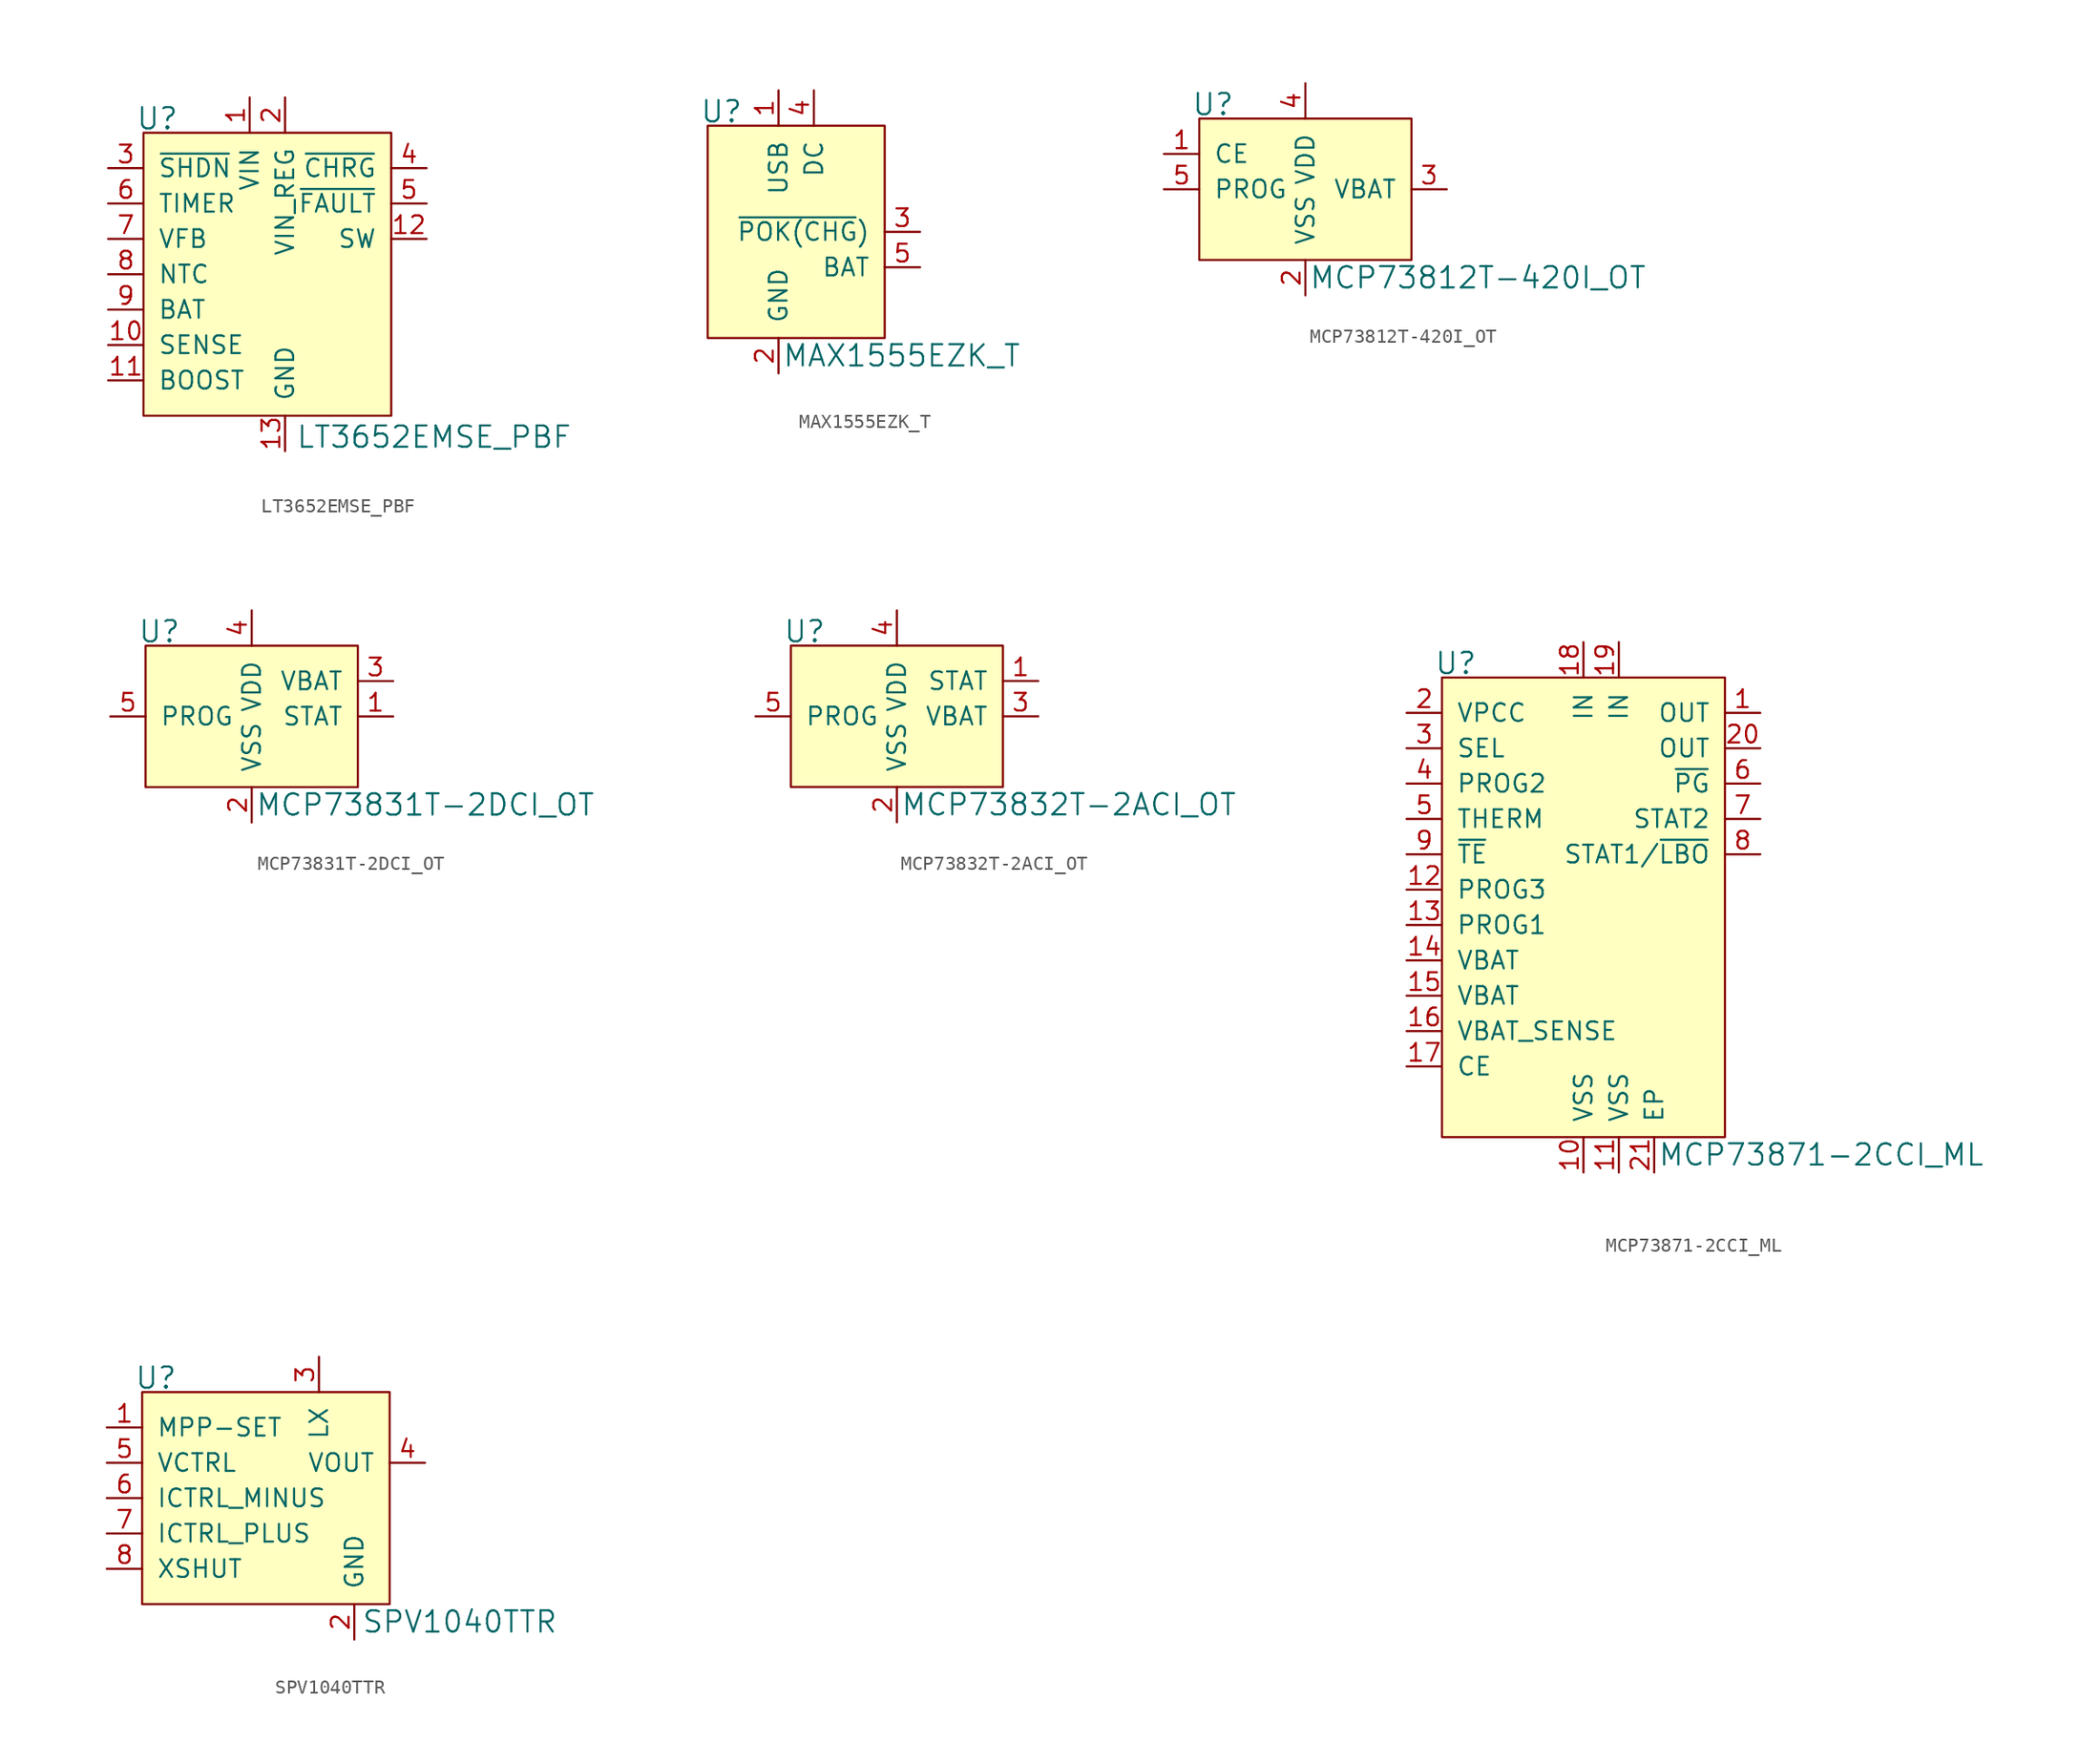
<source format=kicad_sym>
(kicad_symbol_lib
  (version 20201005)
  (generator kicad_symbol_editor)
  (symbol "LT3652EMSE_PBF"
    (pin_names
      (offset 1.016))
    (property "Reference" "U"
      (at -7.62 6.096 0)
      (effects (font (size 1.524 1.524)) (justify right)))
    (property "Value" "LT3652EMSE_PBF"
      (at 0.762 -16.764 0)
      (effects (font (size 1.524 1.524)) (justify left)))
    (symbol "LT3652EMSE_PBF_0_1"
      (rectangle (start -10.16 5.08) (end 7.62 -15.24) (stroke (width 0)) (fill (type background))))
    (symbol "LT3652EMSE_PBF_1_1"
      (pin power_in line (at -2.54 7.62 270) (length 2.54) (name "VIN" (effects (font (size 1.27 1.27)))) (number "1" (effects (font (size 1.27 1.27)))))
      (pin power_in line (at 0 7.62 270) (length 2.54) (name "VIN_REG" (effects (font (size 1.27 1.27)))) (number "2" (effects (font (size 1.27 1.27)))))
      (pin input line (at -12.7 2.54 0) (length 2.54) (name "~SHDN" (effects (font (size 1.27 1.27)))) (number "3" (effects (font (size 1.27 1.27)))))
      (pin output line (at 10.16 2.54 180) (length 2.54) (name "~CHRG" (effects (font (size 1.27 1.27)))) (number "4" (effects (font (size 1.27 1.27)))))
      (pin output line (at 10.16 0 180) (length 2.54) (name "~FAULT" (effects (font (size 1.27 1.27)))) (number "5" (effects (font (size 1.27 1.27)))))
      (pin input line (at -12.7 0 0) (length 2.54) (name "TIMER" (effects (font (size 1.27 1.27)))) (number "6" (effects (font (size 1.27 1.27)))))
      (pin input line (at -12.7 -2.54 0) (length 2.54) (name "VFB" (effects (font (size 1.27 1.27)))) (number "7" (effects (font (size 1.27 1.27)))))
      (pin input line (at -12.7 -5.08 0) (length 2.54) (name "NTC" (effects (font (size 1.27 1.27)))) (number "8" (effects (font (size 1.27 1.27)))))
      (pin input line (at -12.7 -7.62 0) (length 2.54) (name "BAT" (effects (font (size 1.27 1.27)))) (number "9" (effects (font (size 1.27 1.27)))))
      (pin input line (at -12.7 -10.16 0) (length 2.54) (name "SENSE" (effects (font (size 1.27 1.27)))) (number "10" (effects (font (size 1.27 1.27)))))
      (pin input line (at -12.7 -12.7 0) (length 2.54) (name "BOOST" (effects (font (size 1.27 1.27)))) (number "11" (effects (font (size 1.27 1.27)))))
      (pin output line (at 10.16 -2.54 180) (length 2.54) (name "SW" (effects (font (size 1.27 1.27)))) (number "12" (effects (font (size 1.27 1.27)))))
      (pin power_in line (at 0 -17.78 90) (length 2.54) (name "GND" (effects (font (size 1.27 1.27)))) (number "13" (effects (font (size 1.27 1.27)))))))
  (symbol "MAX1555EZK_T"
    (pin_names
      (offset 1.016))
    (property "Reference" "U"
      (at -5.08 8.636 0)
      (effects (font (size 1.524 1.524)) (justify right)))
    (property "Value" "MAX1555EZK_T"
      (at -2.286 -8.89 0)
      (effects (font (size 1.524 1.524)) (justify left)))
    (symbol "MAX1555EZK_T_0_1"
      (rectangle (start 5.08 7.62) (end -7.62 -7.62) (stroke (width 0)) (fill (type background))))
    (symbol "MAX1555EZK_T_1_1"
      (pin power_in line (at -2.54 10.16 270) (length 2.54) (name "USB" (effects (font (size 1.27 1.27)))) (number "1" (effects (font (size 1.27 1.27)))))
      (pin power_in line (at -2.54 -10.16 90) (length 2.54) (name "GND" (effects (font (size 1.27 1.27)))) (number "2" (effects (font (size 1.27 1.27)))))
      (pin output line (at 7.62 0 180) (length 2.54) (name "~POK(CHG)" (effects (font (size 1.27 1.27)))) (number "3" (effects (font (size 1.27 1.27)))))
      (pin power_in line (at 0 10.16 270) (length 2.54) (name "DC" (effects (font (size 1.27 1.27)))) (number "4" (effects (font (size 1.27 1.27)))))
      (pin power_out line (at 7.62 -2.54 180) (length 2.54) (name "BAT" (effects (font (size 1.27 1.27)))) (number "5" (effects (font (size 1.27 1.27)))))))
  (symbol "MCP73812T-420I_OT"
    (pin_names
      (offset 1.016))
    (property "Reference" "U"
      (at -5.08 1.016 0)
      (effects (font (size 1.524 1.524)) (justify right)))
    (property "Value" "MCP73812T-420I_OT"
      (at 0.254 -11.43 0)
      (effects (font (size 1.524 1.524)) (justify left)))
    (symbol "MCP73812T-420I_OT_0_1"
      (rectangle (start -7.62 0) (end 7.62 -10.16) (stroke (width 0)) (fill (type background))))
    (symbol "MCP73812T-420I_OT_1_1"
      (pin input line (at -10.16 -2.54 0) (length 2.54) (name "CE" (effects (font (size 1.27 1.27)))) (number "1" (effects (font (size 1.27 1.27)))))
      (pin power_in line (at 0 -12.7 90) (length 2.54) (name "VSS" (effects (font (size 1.27 1.27)))) (number "2" (effects (font (size 1.27 1.27)))))
      (pin power_out line (at 10.16 -5.08 180) (length 2.54) (name "VBAT" (effects (font (size 1.27 1.27)))) (number "3" (effects (font (size 1.27 1.27)))))
      (pin power_in line (at 0 2.54 270) (length 2.54) (name "VDD" (effects (font (size 1.27 1.27)))) (number "4" (effects (font (size 1.27 1.27)))))
      (pin input line (at -10.16 -5.08 0) (length 2.54) (name "PROG" (effects (font (size 1.27 1.27)))) (number "5" (effects (font (size 1.27 1.27)))))))
  (symbol "MCP73831T-2DCI_OT"
    (pin_names
      (offset 1.016))
    (property "Reference" "U"
      (at -5.08 3.556 0)
      (effects (font (size 1.524 1.524)) (justify right)))
    (property "Value" "MCP73831T-2DCI_OT"
      (at 0.254 -8.89 0)
      (effects (font (size 1.524 1.524)) (justify left)))
    (symbol "MCP73831T-2DCI_OT_0_1"
      (rectangle (start 7.62 2.54) (end -7.62 -7.62) (stroke (width 0)) (fill (type background))))
    (symbol "MCP73831T-2DCI_OT_1_1"
      (pin output line (at 10.16 -2.54 180) (length 2.54) (name "STAT" (effects (font (size 1.27 1.27)))) (number "1" (effects (font (size 1.27 1.27)))))
      (pin power_in line (at 0 -10.16 90) (length 2.54) (name "VSS" (effects (font (size 1.27 1.27)))) (number "2" (effects (font (size 1.27 1.27)))))
      (pin power_out line (at 10.16 0 180) (length 2.54) (name "VBAT" (effects (font (size 1.27 1.27)))) (number "3" (effects (font (size 1.27 1.27)))))
      (pin power_in line (at 0 5.08 270) (length 2.54) (name "VDD" (effects (font (size 1.27 1.27)))) (number "4" (effects (font (size 1.27 1.27)))))
      (pin input line (at -10.16 -2.54 0) (length 2.54) (name "PROG" (effects (font (size 1.27 1.27)))) (number "5" (effects (font (size 1.27 1.27)))))))
  (symbol "MCP73832T-2ACI_OT"
    (pin_names
      (offset 1.016))
    (property "Reference" "U"
      (at -5.08 1.016 0)
      (effects (font (size 1.524 1.524)) (justify right)))
    (property "Value" "MCP73832T-2ACI_OT"
      (at 0.254 -11.43 0)
      (effects (font (size 1.524 1.524)) (justify left)))
    (symbol "MCP73832T-2ACI_OT_0_1"
      (rectangle (start -7.62 0) (end 7.62 -10.16) (stroke (width 0)) (fill (type background))))
    (symbol "MCP73832T-2ACI_OT_1_1"
      (pin output line (at 10.16 -2.54 180) (length 2.54) (name "STAT" (effects (font (size 1.27 1.27)))) (number "1" (effects (font (size 1.27 1.27)))))
      (pin power_in line (at 0 -12.7 90) (length 2.54) (name "VSS" (effects (font (size 1.27 1.27)))) (number "2" (effects (font (size 1.27 1.27)))))
      (pin power_out line (at 10.16 -5.08 180) (length 2.54) (name "VBAT" (effects (font (size 1.27 1.27)))) (number "3" (effects (font (size 1.27 1.27)))))
      (pin power_in line (at 0 2.54 270) (length 2.54) (name "VDD" (effects (font (size 1.27 1.27)))) (number "4" (effects (font (size 1.27 1.27)))))
      (pin input line (at -10.16 -5.08 0) (length 2.54) (name "PROG" (effects (font (size 1.27 1.27)))) (number "5" (effects (font (size 1.27 1.27)))))))
  (symbol "MCP73871-2CCI_ML"
    (pin_names
      (offset 1.016))
    (property "Reference" "U"
      (at -7.62 13.716 0)
      (effects (font (size 1.524 1.524)) (justify right)))
    (property "Value" "MCP73871-2CCI_ML"
      (at 5.334 -21.59 0)
      (effects (font (size 1.524 1.524)) (justify left)))
    (symbol "MCP73871-2CCI_ML_0_1"
      (rectangle (start -10.16 12.7) (end 10.16 -20.32) (stroke (width 0)) (fill (type background))))
    (symbol "MCP73871-2CCI_ML_1_1"
      (pin power_out line (at 12.7 10.16 180) (length 2.54) (name "OUT" (effects (font (size 1.27 1.27)))) (number "1" (effects (font (size 1.27 1.27)))))
      (pin input line (at -12.7 10.16 0) (length 2.54) (name "VPCC" (effects (font (size 1.27 1.27)))) (number "2" (effects (font (size 1.27 1.27)))))
      (pin input line (at -12.7 7.62 0) (length 2.54) (name "SEL" (effects (font (size 1.27 1.27)))) (number "3" (effects (font (size 1.27 1.27)))))
      (pin input line (at -12.7 5.08 0) (length 2.54) (name "PROG2" (effects (font (size 1.27 1.27)))) (number "4" (effects (font (size 1.27 1.27)))))
      (pin input line (at -12.7 2.54 0) (length 2.54) (name "THERM" (effects (font (size 1.27 1.27)))) (number "5" (effects (font (size 1.27 1.27)))))
      (pin output line (at 12.7 5.08 180) (length 2.54) (name "~PG" (effects (font (size 1.27 1.27)))) (number "6" (effects (font (size 1.27 1.27)))))
      (pin output line (at 12.7 2.54 180) (length 2.54) (name "STAT2" (effects (font (size 1.27 1.27)))) (number "7" (effects (font (size 1.27 1.27)))))
      (pin output line (at 12.7 0 180) (length 2.54) (name "STAT1/~LBO" (effects (font (size 1.27 1.27)))) (number "8" (effects (font (size 1.27 1.27)))))
      (pin input line (at -12.7 0 0) (length 2.54) (name "~TE" (effects (font (size 1.27 1.27)))) (number "9" (effects (font (size 1.27 1.27)))))
      (pin power_in line (at 0 -22.86 90) (length 2.54) (name "VSS" (effects (font (size 1.27 1.27)))) (number "10" (effects (font (size 1.27 1.27)))))
      (pin power_out line (at 12.7 7.62 180) (length 2.54) (name "OUT" (effects (font (size 1.27 1.27)))) (number "20" (effects (font (size 1.27 1.27)))))
      (pin power_in line (at 2.54 -22.86 90) (length 2.54) (name "VSS" (effects (font (size 1.27 1.27)))) (number "11" (effects (font (size 1.27 1.27)))))
      (pin power_in line (at 5.08 -22.86 90) (length 2.54) (name "EP" (effects (font (size 1.27 1.27)))) (number "21" (effects (font (size 1.27 1.27)))))
      (pin passive line (at -12.7 -2.54 0) (length 2.54) (name "PROG3" (effects (font (size 1.27 1.27)))) (number "12" (effects (font (size 1.27 1.27)))))
      (pin input line (at -12.7 -5.08 0) (length 2.54) (name "PROG1" (effects (font (size 1.27 1.27)))) (number "13" (effects (font (size 1.27 1.27)))))
      (pin passive line (at -12.7 -7.62 0) (length 2.54) (name "VBAT" (effects (font (size 1.27 1.27)))) (number "14" (effects (font (size 1.27 1.27)))))
      (pin passive line (at -12.7 -10.16 0) (length 2.54) (name "VBAT" (effects (font (size 1.27 1.27)))) (number "15" (effects (font (size 1.27 1.27)))))
      (pin input line (at -12.7 -12.7 0) (length 2.54) (name "VBAT_SENSE" (effects (font (size 1.27 1.27)))) (number "16" (effects (font (size 1.27 1.27)))))
      (pin input line (at -12.7 -15.24 0) (length 2.54) (name "CE" (effects (font (size 1.27 1.27)))) (number "17" (effects (font (size 1.27 1.27)))))
      (pin power_in line (at 0 15.24 270) (length 2.54) (name "IN" (effects (font (size 1.27 1.27)))) (number "18" (effects (font (size 1.27 1.27)))))
      (pin power_in line (at 2.54 15.24 270) (length 2.54) (name "IN" (effects (font (size 1.27 1.27)))) (number "19" (effects (font (size 1.27 1.27)))))))
  (symbol "SPV1040TTR"
    (pin_names
      (offset 1.016))
    (property "Reference" "U"
      (at -7.62 6.096 0)
      (effects (font (size 1.524 1.524)) (justify right)))
    (property "Value" "SPV1040TTR"
      (at 5.588 -11.43 0)
      (effects (font (size 1.524 1.524)) (justify left)))
    (symbol "SPV1040TTR_0_1"
      (rectangle (start -10.16 5.08) (end 7.62 -10.16) (stroke (width 0)) (fill (type background))))
    (symbol "SPV1040TTR_1_1"
      (pin input line (at -12.7 2.54 0) (length 2.54) (name "MPP-SET" (effects (font (size 1.27 1.27)))) (number "1" (effects (font (size 1.27 1.27)))))
      (pin power_in line (at 5.08 -12.7 90) (length 2.54) (name "GND" (effects (font (size 1.27 1.27)))) (number "2" (effects (font (size 1.27 1.27)))))
      (pin power_in line (at 2.54 7.62 270) (length 2.54) (name "LX" (effects (font (size 1.27 1.27)))) (number "3" (effects (font (size 1.27 1.27)))))
      (pin power_out line (at 10.16 0 180) (length 2.54) (name "VOUT" (effects (font (size 1.27 1.27)))) (number "4" (effects (font (size 1.27 1.27)))))
      (pin input line (at -12.7 0 0) (length 2.54) (name "VCTRL" (effects (font (size 1.27 1.27)))) (number "5" (effects (font (size 1.27 1.27)))))
      (pin input line (at -12.7 -2.54 0) (length 2.54) (name "ICTRL_MINUS" (effects (font (size 1.27 1.27)))) (number "6" (effects (font (size 1.27 1.27)))))
      (pin input line (at -12.7 -5.08 0) (length 2.54) (name "ICTRL_PLUS" (effects (font (size 1.27 1.27)))) (number "7" (effects (font (size 1.27 1.27)))))
      (pin input line (at -12.7 -7.62 0) (length 2.54) (name "XSHUT" (effects (font (size 1.27 1.27)))) (number "8" (effects (font (size 1.27 1.27))))))))
</source>
